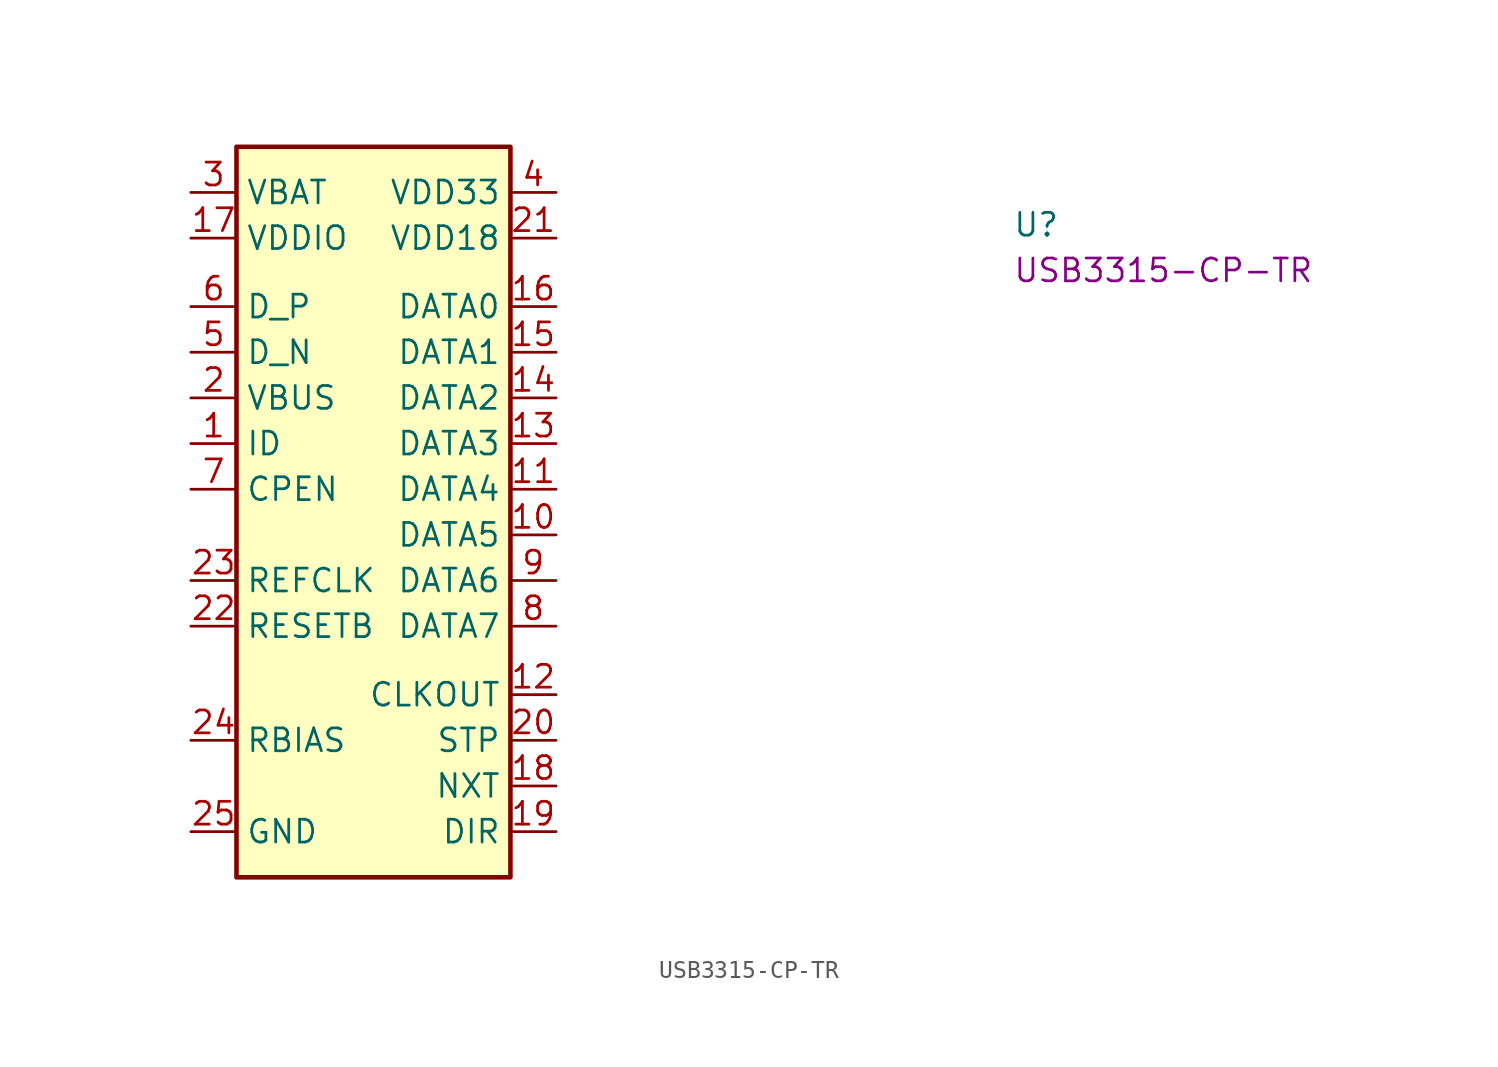
<source format=kicad_sym>
(kicad_symbol_lib
  (version 20220914)
  (generator kicad_symbol_editor)
  (symbol "USB3315-CP-TR"
    (property "Reference" "U"
      (at 45.72 -2.54 0)
      (effects (font (size 1.27 1.27) (thickness 0.15)) (justify left bottom)))
    (property "MPN" "USB3315-CP-TR"
      (at 45.72 -5.08 0)
      (effects (font (size 1.27 1.27) (thickness 0.15)) (justify left bottom)))
    (symbol "USB3315-CP-TR_1_1"
      (rectangle (start 2.54 2.54) (end 17.78 -38.1) (stroke (width 0.254) (type default)) (fill (type background)))
      (pin input line (at 0 -13.97 0) (length 2.54) (name "ID" (effects (font (size 1.27 1.27)))) (number "1" (effects (font (size 1.27 1.27)))))
      (pin bidirectional line (at 20.32 -19.05 180) (length 2.54) (name "DATA5" (effects (font (size 1.27 1.27)))) (number "10" (effects (font (size 1.27 1.27)))))
      (pin bidirectional line (at 20.32 -16.51 180) (length 2.54) (name "DATA4" (effects (font (size 1.27 1.27)))) (number "11" (effects (font (size 1.27 1.27)))))
      (pin output line (at 20.32 -27.94 180) (length 2.54) (name "CLKOUT" (effects (font (size 1.27 1.27)))) (number "12" (effects (font (size 1.27 1.27)))))
      (pin bidirectional line (at 20.32 -13.97 180) (length 2.54) (name "DATA3" (effects (font (size 1.27 1.27)))) (number "13" (effects (font (size 1.27 1.27)))))
      (pin bidirectional line (at 20.32 -11.43 180) (length 2.54) (name "DATA2" (effects (font (size 1.27 1.27)))) (number "14" (effects (font (size 1.27 1.27)))))
      (pin bidirectional line (at 20.32 -8.89 180) (length 2.54) (name "DATA1" (effects (font (size 1.27 1.27)))) (number "15" (effects (font (size 1.27 1.27)))))
      (pin bidirectional line (at 20.32 -6.35 180) (length 2.54) (name "DATA0" (effects (font (size 1.27 1.27)))) (number "16" (effects (font (size 1.27 1.27)))))
      (pin power_in line (at 0 -2.54 0) (length 2.54) (name "VDDIO" (effects (font (size 1.27 1.27)))) (number "17" (effects (font (size 1.27 1.27)))))
      (pin output line (at 20.32 -33.02 180) (length 2.54) (name "NXT" (effects (font (size 1.27 1.27)))) (number "18" (effects (font (size 1.27 1.27)))))
      (pin output line (at 20.32 -35.56 180) (length 2.54) (name "DIR" (effects (font (size 1.27 1.27)))) (number "19" (effects (font (size 1.27 1.27)))))
      (pin bidirectional line (at 0 -11.43 0) (length 2.54) (name "VBUS" (effects (font (size 1.27 1.27)))) (number "2" (effects (font (size 1.27 1.27)))))
      (pin input line (at 20.32 -30.48 180) (length 2.54) (name "STP" (effects (font (size 1.27 1.27)))) (number "20" (effects (font (size 1.27 1.27)))))
      (pin power_out line (at 20.32 -2.54 180) (length 2.54) (name "VDD18" (effects (font (size 1.27 1.27)))) (number "21" (effects (font (size 1.27 1.27)))))
      (pin input line (at 0 -24.13 0) (length 2.54) (name "RESETB" (effects (font (size 1.27 1.27)))) (number "22" (effects (font (size 1.27 1.27)))))
      (pin input line (at 0 -21.59 0) (length 2.54) (name "REFCLK" (effects (font (size 1.27 1.27)))) (number "23" (effects (font (size 1.27 1.27)))))
      (pin passive line (at 0 -30.48 0) (length 2.54) (name "RBIAS" (effects (font (size 1.27 1.27)))) (number "24" (effects (font (size 1.27 1.27)))))
      (pin power_in line (at 0 -35.56 0) (length 2.54) (name "GND" (effects (font (size 1.27 1.27)))) (number "25" (effects (font (size 1.27 1.27)))))
      (pin power_in line (at 0 0 0) (length 2.54) (name "VBAT" (effects (font (size 1.27 1.27)))) (number "3" (effects (font (size 1.27 1.27)))))
      (pin power_out line (at 20.32 0 180) (length 2.54) (name "VDD33" (effects (font (size 1.27 1.27)))) (number "4" (effects (font (size 1.27 1.27)))))
      (pin bidirectional line (at 0 -8.89 0) (length 2.54) (name "D_N" (effects (font (size 1.27 1.27)))) (number "5" (effects (font (size 1.27 1.27)))))
      (pin bidirectional line (at 0 -6.35 0) (length 2.54) (name "D_P" (effects (font (size 1.27 1.27)))) (number "6" (effects (font (size 1.27 1.27)))))
      (pin output line (at 0 -16.51 0) (length 2.54) (name "CPEN" (effects (font (size 1.27 1.27)))) (number "7" (effects (font (size 1.27 1.27)))))
      (pin bidirectional line (at 20.32 -24.13 180) (length 2.54) (name "DATA7" (effects (font (size 1.27 1.27)))) (number "8" (effects (font (size 1.27 1.27)))))
      (pin bidirectional line (at 20.32 -21.59 180) (length 2.54) (name "DATA6" (effects (font (size 1.27 1.27)))) (number "9" (effects (font (size 1.27 1.27))))))))
</source>
